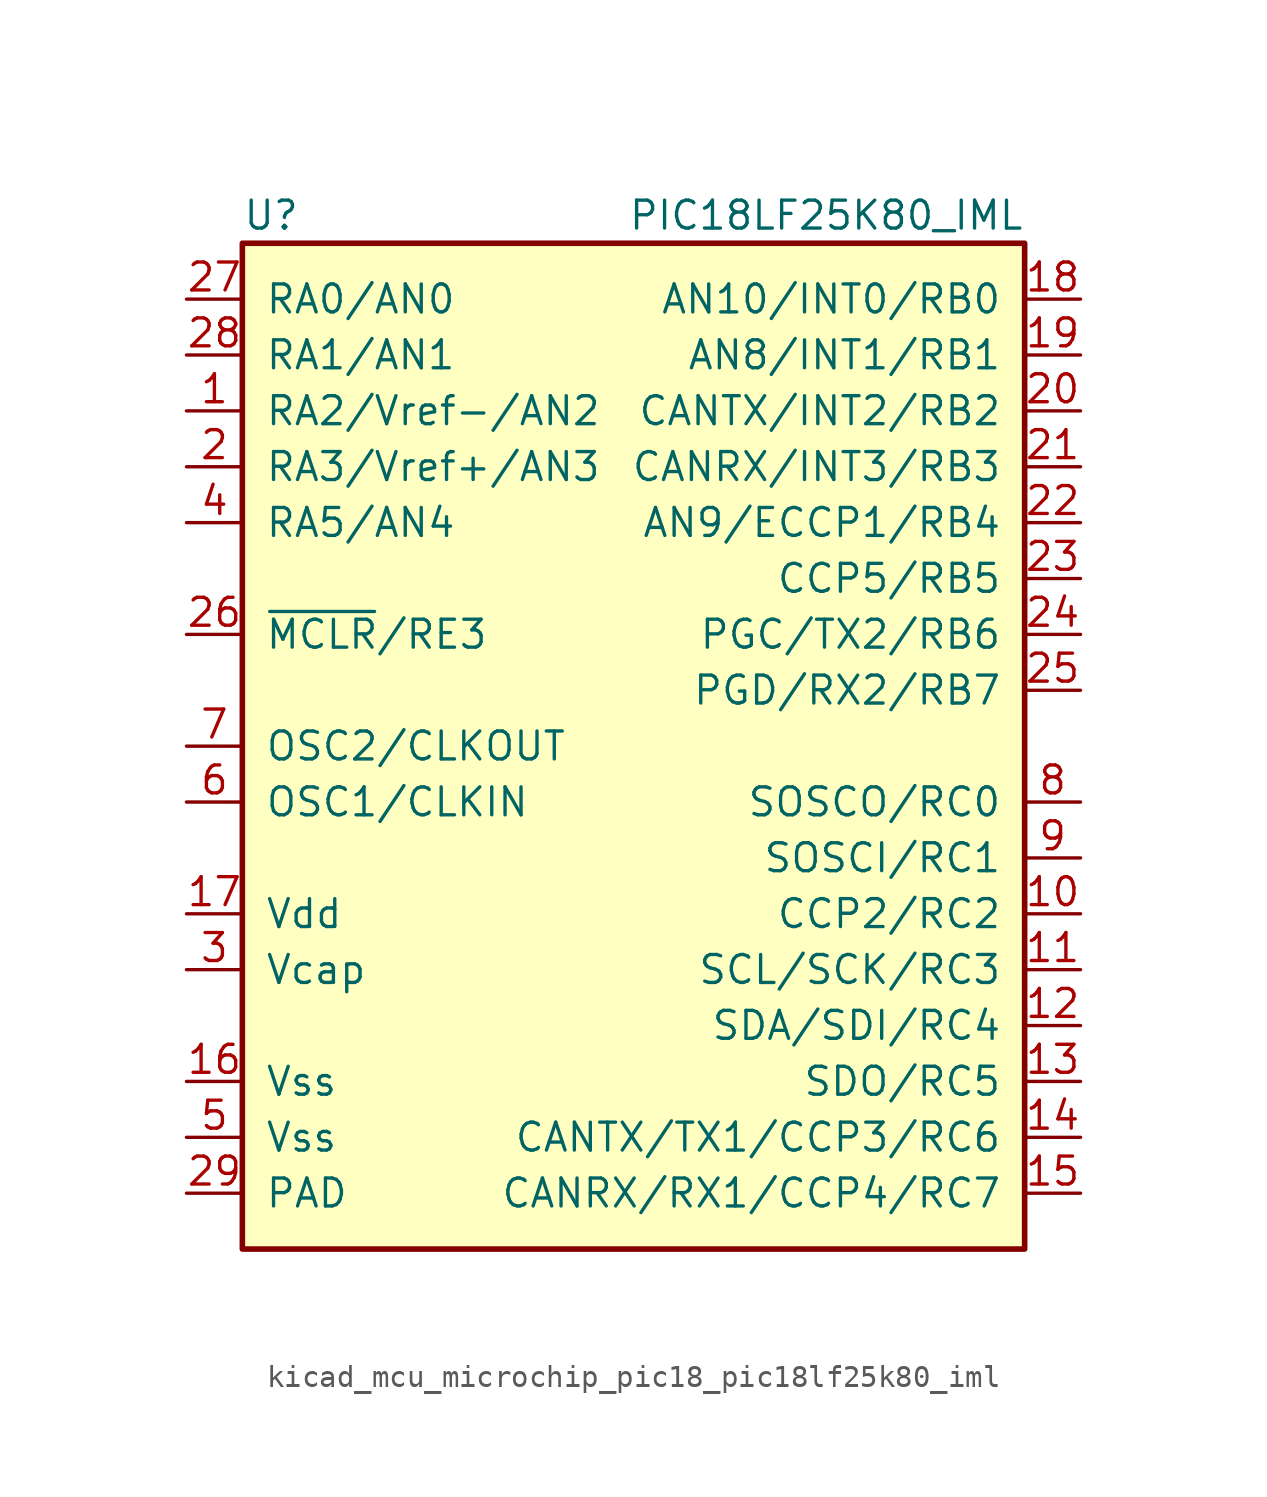
<source format=kicad_sym>
(kicad_symbol_lib
  (version 20220914)
  (generator kicad_symbol_editor)
  (symbol "kicad_mcu_microchip_pic18_pic18lf25k80_iml"
    (pin_names
      (offset 1.016))
    (property "Reference" "U"
      (at -17.78 24.13 0)
      (effects (font (size 1.27 1.27)) (justify left)))
    (property "Value" "PIC18LF25K80_IML"
      (at 17.78 24.13 0)
      (effects (font (size 1.27 1.27)) (justify right)))
    (symbol "kicad_mcu_microchip_pic18_pic18lf25k80_iml_0_1"
      (rectangle (start -17.78 22.86) (end 17.78 -22.86) (stroke (width 0.254) (type default)) (fill (type background))))
    (symbol "kicad_mcu_microchip_pic18_pic18lf25k80_iml_1_1"
      (pin bidirectional line (at -20.32 15.24 0) (length 2.54) (name "RA2/Vref-/AN2" (effects (font (size 1.27 1.27)))) (number "1" (effects (font (size 1.27 1.27)))))
      (pin bidirectional line (at 20.32 -7.62 180) (length 2.54) (name "CCP2/RC2" (effects (font (size 1.27 1.27)))) (number "10" (effects (font (size 1.27 1.27)))))
      (pin bidirectional line (at 20.32 -10.16 180) (length 2.54) (name "SCL/SCK/RC3" (effects (font (size 1.27 1.27)))) (number "11" (effects (font (size 1.27 1.27)))))
      (pin bidirectional line (at 20.32 -12.7 180) (length 2.54) (name "SDA/SDI/RC4" (effects (font (size 1.27 1.27)))) (number "12" (effects (font (size 1.27 1.27)))))
      (pin bidirectional line (at 20.32 -15.24 180) (length 2.54) (name "SDO/RC5" (effects (font (size 1.27 1.27)))) (number "13" (effects (font (size 1.27 1.27)))))
      (pin bidirectional line (at 20.32 -17.78 180) (length 2.54) (name "CANTX/TX1/CCP3/RC6" (effects (font (size 1.27 1.27)))) (number "14" (effects (font (size 1.27 1.27)))))
      (pin bidirectional line (at 20.32 -20.32 180) (length 2.54) (name "CANRX/RX1/CCP4/RC7" (effects (font (size 1.27 1.27)))) (number "15" (effects (font (size 1.27 1.27)))))
      (pin power_in line (at -20.32 -15.24 0) (length 2.54) (name "Vss" (effects (font (size 1.27 1.27)))) (number "16" (effects (font (size 1.27 1.27)))))
      (pin power_in line (at -20.32 -7.62 0) (length 2.54) (name "Vdd" (effects (font (size 1.27 1.27)))) (number "17" (effects (font (size 1.27 1.27)))))
      (pin bidirectional line (at 20.32 20.32 180) (length 2.54) (name "AN10/INT0/RB0" (effects (font (size 1.27 1.27)))) (number "18" (effects (font (size 1.27 1.27)))))
      (pin bidirectional line (at 20.32 17.78 180) (length 2.54) (name "AN8/INT1/RB1" (effects (font (size 1.27 1.27)))) (number "19" (effects (font (size 1.27 1.27)))))
      (pin bidirectional line (at -20.32 12.7 0) (length 2.54) (name "RA3/Vref+/AN3" (effects (font (size 1.27 1.27)))) (number "2" (effects (font (size 1.27 1.27)))))
      (pin bidirectional line (at 20.32 15.24 180) (length 2.54) (name "CANTX/INT2/RB2" (effects (font (size 1.27 1.27)))) (number "20" (effects (font (size 1.27 1.27)))))
      (pin bidirectional line (at 20.32 12.7 180) (length 2.54) (name "CANRX/INT3/RB3" (effects (font (size 1.27 1.27)))) (number "21" (effects (font (size 1.27 1.27)))))
      (pin bidirectional line (at 20.32 10.16 180) (length 2.54) (name "AN9/ECCP1/RB4" (effects (font (size 1.27 1.27)))) (number "22" (effects (font (size 1.27 1.27)))))
      (pin bidirectional line (at 20.32 7.62 180) (length 2.54) (name "CCP5/RB5" (effects (font (size 1.27 1.27)))) (number "23" (effects (font (size 1.27 1.27)))))
      (pin bidirectional line (at 20.32 5.08 180) (length 2.54) (name "PGC/TX2/RB6" (effects (font (size 1.27 1.27)))) (number "24" (effects (font (size 1.27 1.27)))))
      (pin bidirectional line (at 20.32 2.54 180) (length 2.54) (name "PGD/RX2/RB7" (effects (font (size 1.27 1.27)))) (number "25" (effects (font (size 1.27 1.27)))))
      (pin bidirectional line (at -20.32 5.08 0) (length 2.54) (name "~{MCLR}/RE3" (effects (font (size 1.27 1.27)))) (number "26" (effects (font (size 1.27 1.27)))))
      (pin bidirectional line (at -20.32 20.32 0) (length 2.54) (name "RA0/AN0" (effects (font (size 1.27 1.27)))) (number "27" (effects (font (size 1.27 1.27)))))
      (pin bidirectional line (at -20.32 17.78 0) (length 2.54) (name "RA1/AN1" (effects (font (size 1.27 1.27)))) (number "28" (effects (font (size 1.27 1.27)))))
      (pin power_in line (at -20.32 -20.32 0) (length 2.54) (name "PAD" (effects (font (size 1.27 1.27)))) (number "29" (effects (font (size 1.27 1.27)))))
      (pin power_in line (at -20.32 -10.16 0) (length 2.54) (name "Vcap" (effects (font (size 1.27 1.27)))) (number "3" (effects (font (size 1.27 1.27)))))
      (pin bidirectional line (at -20.32 10.16 0) (length 2.54) (name "RA5/AN4" (effects (font (size 1.27 1.27)))) (number "4" (effects (font (size 1.27 1.27)))))
      (pin power_in line (at -20.32 -17.78 0) (length 2.54) (name "Vss" (effects (font (size 1.27 1.27)))) (number "5" (effects (font (size 1.27 1.27)))))
      (pin input line (at -20.32 -2.54 0) (length 2.54) (name "OSC1/CLKIN" (effects (font (size 1.27 1.27)))) (number "6" (effects (font (size 1.27 1.27)))))
      (pin input line (at -20.32 0 0) (length 2.54) (name "OSC2/CLKOUT" (effects (font (size 1.27 1.27)))) (number "7" (effects (font (size 1.27 1.27)))))
      (pin bidirectional line (at 20.32 -2.54 180) (length 2.54) (name "SOSCO/RC0" (effects (font (size 1.27 1.27)))) (number "8" (effects (font (size 1.27 1.27)))))
      (pin bidirectional line (at 20.32 -5.08 180) (length 2.54) (name "SOSCI/RC1" (effects (font (size 1.27 1.27)))) (number "9" (effects (font (size 1.27 1.27))))))))
</source>
